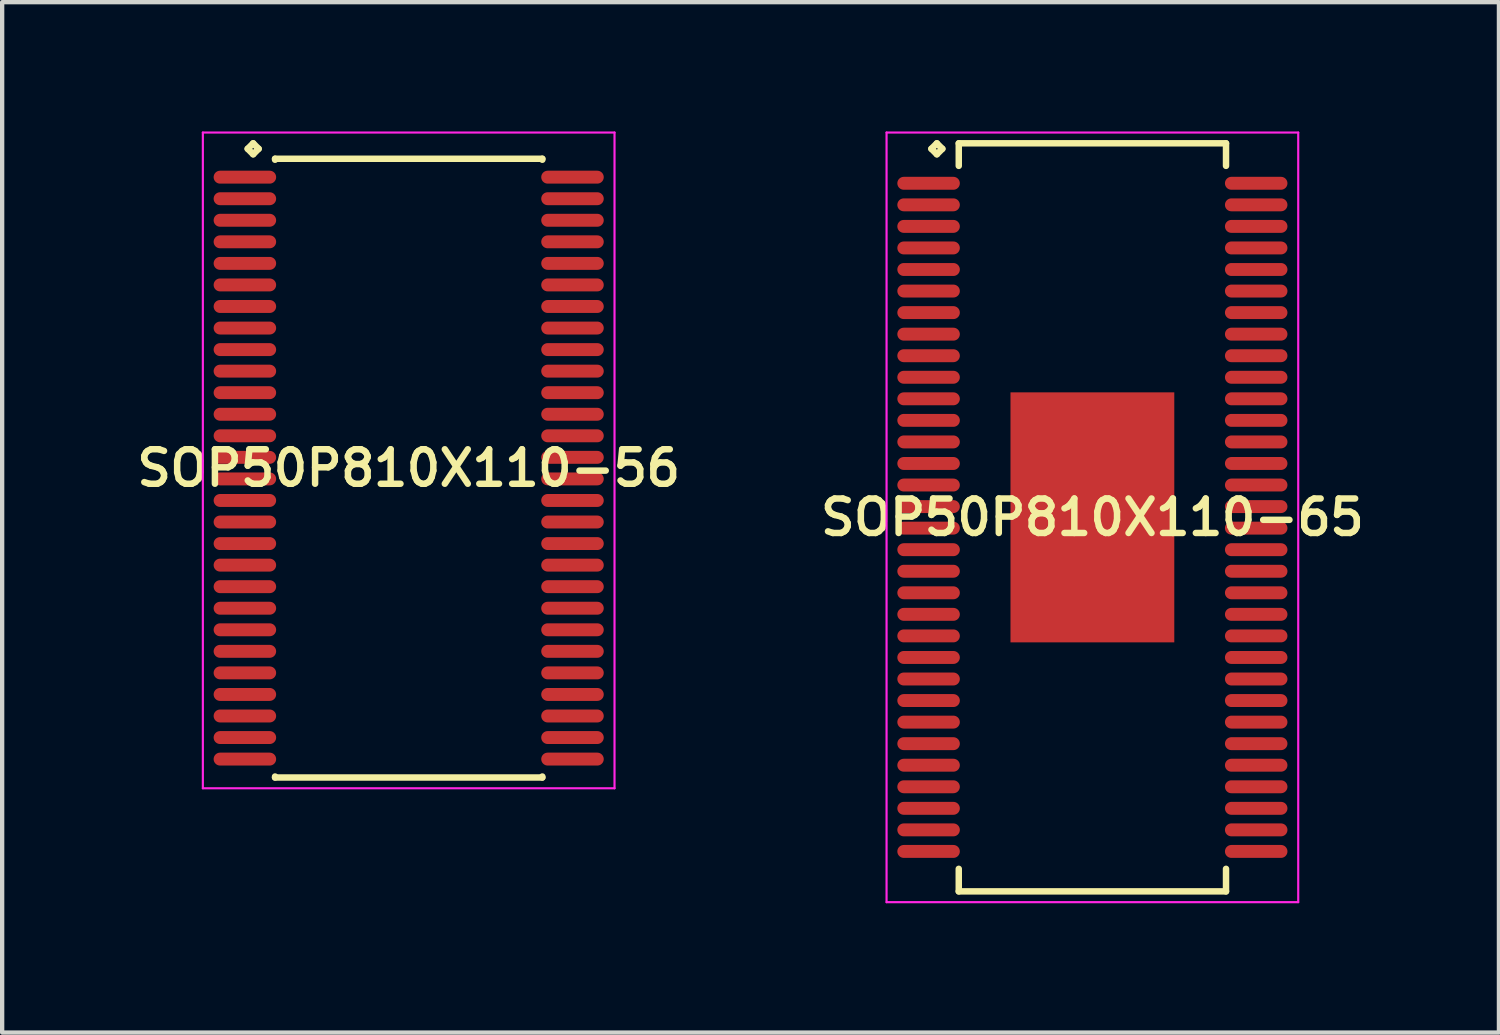
<source format=kicad_pcb>
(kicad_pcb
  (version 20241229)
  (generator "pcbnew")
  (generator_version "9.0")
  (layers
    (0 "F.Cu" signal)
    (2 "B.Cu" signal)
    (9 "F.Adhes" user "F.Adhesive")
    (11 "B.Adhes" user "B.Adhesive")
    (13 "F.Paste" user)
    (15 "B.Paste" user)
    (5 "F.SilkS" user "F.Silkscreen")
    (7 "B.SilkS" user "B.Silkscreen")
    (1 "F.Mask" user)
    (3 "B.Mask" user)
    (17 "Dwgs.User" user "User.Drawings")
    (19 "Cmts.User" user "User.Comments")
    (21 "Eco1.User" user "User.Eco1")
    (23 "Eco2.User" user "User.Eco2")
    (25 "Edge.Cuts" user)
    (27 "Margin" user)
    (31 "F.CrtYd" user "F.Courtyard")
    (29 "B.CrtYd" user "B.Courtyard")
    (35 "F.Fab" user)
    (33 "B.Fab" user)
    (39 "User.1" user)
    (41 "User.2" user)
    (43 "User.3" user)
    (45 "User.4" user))
  (footprint "SOP50P810X110-65"
    (layer "F.Cu")
    (at 22.292 8.952)
    (property "Reference" "SOP50P810X110-65" (at 0 0 0) (layer "F.SilkS") (effects (font (size 0.8 0.8) (thickness 0.15))))
    (attr smd)
    (fp_line (start -3.735 -8.55) (end -3.608 -8.677) (stroke (width 0.15) (type solid)) (layer "F.SilkS"))
    (fp_line (start -3.608 -8.677) (end -3.481 -8.55) (stroke (width 0.15) (type solid)) (layer "F.SilkS"))
    (fp_line (start -3.608 -8.423) (end -3.735 -8.55) (stroke (width 0.15) (type solid)) (layer "F.SilkS"))
    (fp_line (start -3.481 -8.55) (end -3.608 -8.423) (stroke (width 0.15) (type solid)) (layer "F.SilkS"))
    (fp_line (start -3.1 -8.677) (end 3.1 -8.677) (stroke (width 0.15) (type solid)) (layer "F.SilkS"))
    (fp_line (start -3.1 -8.154) (end -3.1 -8.677) (stroke (width 0.15) (type solid)) (layer "F.SilkS"))
    (fp_line (start -3.1 8.154) (end -3.1 8.677) (stroke (width 0.15) (type solid)) (layer "F.SilkS"))
    (fp_line (start -3.1 8.677) (end 3.1 8.677) (stroke (width 0.15) (type solid)) (layer "F.SilkS"))
    (fp_line (start 3.1 -8.677) (end 3.1 -8.154) (stroke (width 0.15) (type solid)) (layer "F.SilkS"))
    (fp_line (start 3.1 8.677) (end 3.1 8.154) (stroke (width 0.15) (type solid)) (layer "F.SilkS"))
    (fp_line (start -4.775 -8.927) (end 4.775 -8.927) (stroke (width 0.05) (type solid)) (layer "F.CrtYd"))
    (fp_line (start -4.775 8.927) (end -4.775 -8.927) (stroke (width 0.05) (type solid)) (layer "F.CrtYd"))
    (fp_line (start 4.775 -8.927) (end 4.775 8.927) (stroke (width 0.05) (type solid)) (layer "F.CrtYd"))
    (fp_line (start 4.775 8.927) (end -4.775 8.927) (stroke (width 0.05) (type solid)) (layer "F.CrtYd"))
    (pad "1" smd oval (at -3.8 -7.75) (size 1.45 0.3) (layers "F.Cu" "F.Mask" "F.Paste"))
    (pad "2" smd oval (at -3.8 -7.25) (size 1.45 0.3) (layers "F.Cu" "F.Mask" "F.Paste"))
    (pad "3" smd oval (at -3.8 -6.75) (size 1.45 0.3) (layers "F.Cu" "F.Mask" "F.Paste"))
    (pad "4" smd oval (at -3.8 -6.25) (size 1.45 0.3) (layers "F.Cu" "F.Mask" "F.Paste"))
    (pad "5" smd oval (at -3.8 -5.75) (size 1.45 0.3) (layers "F.Cu" "F.Mask" "F.Paste"))
    (pad "6" smd oval (at -3.8 -5.25) (size 1.45 0.3) (layers "F.Cu" "F.Mask" "F.Paste"))
    (pad "7" smd oval (at -3.8 -4.75) (size 1.45 0.3) (layers "F.Cu" "F.Mask" "F.Paste"))
    (pad "8" smd oval (at -3.8 -4.25) (size 1.45 0.3) (layers "F.Cu" "F.Mask" "F.Paste"))
    (pad "9" smd oval (at -3.8 -3.75) (size 1.45 0.3) (layers "F.Cu" "F.Mask" "F.Paste"))
    (pad "10" smd oval (at -3.8 -3.25) (size 1.45 0.3) (layers "F.Cu" "F.Mask" "F.Paste"))
    (pad "11" smd oval (at -3.8 -2.75) (size 1.45 0.3) (layers "F.Cu" "F.Mask" "F.Paste"))
    (pad "12" smd oval (at -3.8 -2.25) (size 1.45 0.3) (layers "F.Cu" "F.Mask" "F.Paste"))
    (pad "13" smd oval (at -3.8 -1.75) (size 1.45 0.3) (layers "F.Cu" "F.Mask" "F.Paste"))
    (pad "14" smd oval (at -3.8 -1.25) (size 1.45 0.3) (layers "F.Cu" "F.Mask" "F.Paste"))
    (pad "15" smd oval (at -3.8 -0.75) (size 1.45 0.3) (layers "F.Cu" "F.Mask" "F.Paste"))
    (pad "16" smd oval (at -3.8 -0.25) (size 1.45 0.3) (layers "F.Cu" "F.Mask" "F.Paste"))
    (pad "17" smd oval (at -3.8 0.25) (size 1.45 0.3) (layers "F.Cu" "F.Mask" "F.Paste"))
    (pad "18" smd oval (at -3.8 0.75) (size 1.45 0.3) (layers "F.Cu" "F.Mask" "F.Paste"))
    (pad "19" smd oval (at -3.8 1.25) (size 1.45 0.3) (layers "F.Cu" "F.Mask" "F.Paste"))
    (pad "20" smd oval (at -3.8 1.75) (size 1.45 0.3) (layers "F.Cu" "F.Mask" "F.Paste"))
    (pad "21" smd oval (at -3.8 2.25) (size 1.45 0.3) (layers "F.Cu" "F.Mask" "F.Paste"))
    (pad "22" smd oval (at -3.8 2.75) (size 1.45 0.3) (layers "F.Cu" "F.Mask" "F.Paste"))
    (pad "23" smd oval (at -3.8 3.25) (size 1.45 0.3) (layers "F.Cu" "F.Mask" "F.Paste"))
    (pad "24" smd oval (at -3.8 3.75) (size 1.45 0.3) (layers "F.Cu" "F.Mask" "F.Paste"))
    (pad "25" smd oval (at -3.8 4.25) (size 1.45 0.3) (layers "F.Cu" "F.Mask" "F.Paste"))
    (pad "26" smd oval (at -3.8 4.75) (size 1.45 0.3) (layers "F.Cu" "F.Mask" "F.Paste"))
    (pad "27" smd oval (at -3.8 5.25) (size 1.45 0.3) (layers "F.Cu" "F.Mask" "F.Paste"))
    (pad "28" smd oval (at -3.8 5.75) (size 1.45 0.3) (layers "F.Cu" "F.Mask" "F.Paste"))
    (pad "29" smd oval (at -3.8 6.25) (size 1.45 0.3) (layers "F.Cu" "F.Mask" "F.Paste"))
    (pad "30" smd oval (at -3.8 6.75) (size 1.45 0.3) (layers "F.Cu" "F.Mask" "F.Paste"))
    (pad "31" smd oval (at -3.8 7.25) (size 1.45 0.3) (layers "F.Cu" "F.Mask" "F.Paste"))
    (pad "32" smd oval (at -3.8 7.75) (size 1.45 0.3) (layers "F.Cu" "F.Mask" "F.Paste"))
    (pad "33" smd oval (at 3.8 7.75) (size 1.45 0.3) (layers "F.Cu" "F.Mask" "F.Paste"))
    (pad "34" smd oval (at 3.8 7.25) (size 1.45 0.3) (layers "F.Cu" "F.Mask" "F.Paste"))
    (pad "35" smd oval (at 3.8 6.75) (size 1.45 0.3) (layers "F.Cu" "F.Mask" "F.Paste"))
    (pad "36" smd oval (at 3.8 6.25) (size 1.45 0.3) (layers "F.Cu" "F.Mask" "F.Paste"))
    (pad "37" smd oval (at 3.8 5.75) (size 1.45 0.3) (layers "F.Cu" "F.Mask" "F.Paste"))
    (pad "38" smd oval (at 3.8 5.25) (size 1.45 0.3) (layers "F.Cu" "F.Mask" "F.Paste"))
    (pad "39" smd oval (at 3.8 4.75) (size 1.45 0.3) (layers "F.Cu" "F.Mask" "F.Paste"))
    (pad "40" smd oval (at 3.8 4.25) (size 1.45 0.3) (layers "F.Cu" "F.Mask" "F.Paste"))
    (pad "41" smd oval (at 3.8 3.75) (size 1.45 0.3) (layers "F.Cu" "F.Mask" "F.Paste"))
    (pad "42" smd oval (at 3.8 3.25) (size 1.45 0.3) (layers "F.Cu" "F.Mask" "F.Paste"))
    (pad "43" smd oval (at 3.8 2.75) (size 1.45 0.3) (layers "F.Cu" "F.Mask" "F.Paste"))
    (pad "44" smd oval (at 3.8 2.25) (size 1.45 0.3) (layers "F.Cu" "F.Mask" "F.Paste"))
    (pad "45" smd oval (at 3.8 1.75) (size 1.45 0.3) (layers "F.Cu" "F.Mask" "F.Paste"))
    (pad "46" smd oval (at 3.8 1.25) (size 1.45 0.3) (layers "F.Cu" "F.Mask" "F.Paste"))
    (pad "47" smd oval (at 3.8 0.75) (size 1.45 0.3) (layers "F.Cu" "F.Mask" "F.Paste"))
    (pad "48" smd oval (at 3.8 0.25) (size 1.45 0.3) (layers "F.Cu" "F.Mask" "F.Paste"))
    (pad "49" smd oval (at 3.8 -0.25) (size 1.45 0.3) (layers "F.Cu" "F.Mask" "F.Paste"))
    (pad "50" smd oval (at 3.8 -0.75) (size 1.45 0.3) (layers "F.Cu" "F.Mask" "F.Paste"))
    (pad "51" smd oval (at 3.8 -1.25) (size 1.45 0.3) (layers "F.Cu" "F.Mask" "F.Paste"))
    (pad "52" smd oval (at 3.8 -1.75) (size 1.45 0.3) (layers "F.Cu" "F.Mask" "F.Paste"))
    (pad "53" smd oval (at 3.8 -2.25) (size 1.45 0.3) (layers "F.Cu" "F.Mask" "F.Paste"))
    (pad "54" smd oval (at 3.8 -2.75) (size 1.45 0.3) (layers "F.Cu" "F.Mask" "F.Paste"))
    (pad "55" smd oval (at 3.8 -3.25) (size 1.45 0.3) (layers "F.Cu" "F.Mask" "F.Paste"))
    (pad "56" smd oval (at 3.8 -3.75) (size 1.45 0.3) (layers "F.Cu" "F.Mask" "F.Paste"))
    (pad "57" smd oval (at 3.8 -4.25) (size 1.45 0.3) (layers "F.Cu" "F.Mask" "F.Paste"))
    (pad "58" smd oval (at 3.8 -4.75) (size 1.45 0.3) (layers "F.Cu" "F.Mask" "F.Paste"))
    (pad "59" smd oval (at 3.8 -5.25) (size 1.45 0.3) (layers "F.Cu" "F.Mask" "F.Paste"))
    (pad "60" smd oval (at 3.8 -5.75) (size 1.45 0.3) (layers "F.Cu" "F.Mask" "F.Paste"))
    (pad "61" smd oval (at 3.8 -6.25) (size 1.45 0.3) (layers "F.Cu" "F.Mask" "F.Paste"))
    (pad "62" smd oval (at 3.8 -6.75) (size 1.45 0.3) (layers "F.Cu" "F.Mask" "F.Paste"))
    (pad "63" smd oval (at 3.8 -7.25) (size 1.45 0.3) (layers "F.Cu" "F.Mask" "F.Paste"))
    (pad "64" smd oval (at 3.8 -7.75) (size 1.45 0.3) (layers "F.Cu" "F.Mask" "F.Paste"))
    (pad "65" smd rect (at 0 0) (size 3.8 5.8) (layers "F.Cu" "F.Mask" "F.Paste")))
  (footprint "SOP50P810X110-56"
    (layer "F.Cu")
    (at 6.431 7.81)
    (property "Reference" "SOP50P810X110-56" (at 0 0 0) (layer "F.SilkS") (effects (font (size 0.8 0.8) (thickness 0.15))))
    (attr smd)
    (fp_line (start -3.735 -7.408) (end -3.608 -7.535) (stroke (width 0.15) (type solid)) (layer "F.SilkS"))
    (fp_line (start -3.608 -7.535) (end -3.481 -7.408) (stroke (width 0.15) (type solid)) (layer "F.SilkS"))
    (fp_line (start -3.608 -7.281) (end -3.735 -7.408) (stroke (width 0.15) (type solid)) (layer "F.SilkS"))
    (fp_line (start -3.481 -7.408) (end -3.608 -7.281) (stroke (width 0.15) (type solid)) (layer "F.SilkS"))
    (fp_line (start -3.1 -7.177) (end 3.1 -7.177) (stroke (width 0.15) (type solid)) (layer "F.SilkS"))
    (fp_line (start -3.1 -7.154) (end -3.1 -7.177) (stroke (width 0.15) (type solid)) (layer "F.SilkS"))
    (fp_line (start -3.1 7.154) (end -3.1 7.177) (stroke (width 0.15) (type solid)) (layer "F.SilkS"))
    (fp_line (start -3.1 7.177) (end 3.1 7.177) (stroke (width 0.15) (type solid)) (layer "F.SilkS"))
    (fp_line (start 3.1 -7.177) (end 3.1 -7.154) (stroke (width 0.15) (type solid)) (layer "F.SilkS"))
    (fp_line (start 3.1 7.177) (end 3.1 7.154) (stroke (width 0.15) (type solid)) (layer "F.SilkS"))
    (fp_line (start -4.775 -7.785) (end 4.775 -7.785) (stroke (width 0.05) (type solid)) (layer "F.CrtYd"))
    (fp_line (start -4.775 7.427) (end -4.775 -7.785) (stroke (width 0.05) (type solid)) (layer "F.CrtYd"))
    (fp_line (start 4.775 -7.785) (end 4.775 7.427) (stroke (width 0.05) (type solid)) (layer "F.CrtYd"))
    (fp_line (start 4.775 7.427) (end -4.775 7.427) (stroke (width 0.05) (type solid)) (layer "F.CrtYd"))
    (pad "1" smd oval (at -3.8 -6.75) (size 1.45 0.3) (layers "F.Cu" "F.Mask" "F.Paste"))
    (pad "2" smd oval (at -3.8 -6.25) (size 1.45 0.3) (layers "F.Cu" "F.Mask" "F.Paste"))
    (pad "3" smd oval (at -3.8 -5.75) (size 1.45 0.3) (layers "F.Cu" "F.Mask" "F.Paste"))
    (pad "4" smd oval (at -3.8 -5.25) (size 1.45 0.3) (layers "F.Cu" "F.Mask" "F.Paste"))
    (pad "5" smd oval (at -3.8 -4.75) (size 1.45 0.3) (layers "F.Cu" "F.Mask" "F.Paste"))
    (pad "6" smd oval (at -3.8 -4.25) (size 1.45 0.3) (layers "F.Cu" "F.Mask" "F.Paste"))
    (pad "7" smd oval (at -3.8 -3.75) (size 1.45 0.3) (layers "F.Cu" "F.Mask" "F.Paste"))
    (pad "8" smd oval (at -3.8 -3.25) (size 1.45 0.3) (layers "F.Cu" "F.Mask" "F.Paste"))
    (pad "9" smd oval (at -3.8 -2.75) (size 1.45 0.3) (layers "F.Cu" "F.Mask" "F.Paste"))
    (pad "10" smd oval (at -3.8 -2.25) (size 1.45 0.3) (layers "F.Cu" "F.Mask" "F.Paste"))
    (pad "11" smd oval (at -3.8 -1.75) (size 1.45 0.3) (layers "F.Cu" "F.Mask" "F.Paste"))
    (pad "12" smd oval (at -3.8 -1.25) (size 1.45 0.3) (layers "F.Cu" "F.Mask" "F.Paste"))
    (pad "13" smd oval (at -3.8 -0.75) (size 1.45 0.3) (layers "F.Cu" "F.Mask" "F.Paste"))
    (pad "14" smd oval (at -3.8 -0.25) (size 1.45 0.3) (layers "F.Cu" "F.Mask" "F.Paste"))
    (pad "15" smd oval (at -3.8 0.25) (size 1.45 0.3) (layers "F.Cu" "F.Mask" "F.Paste"))
    (pad "16" smd oval (at -3.8 0.75) (size 1.45 0.3) (layers "F.Cu" "F.Mask" "F.Paste"))
    (pad "17" smd oval (at -3.8 1.25) (size 1.45 0.3) (layers "F.Cu" "F.Mask" "F.Paste"))
    (pad "18" smd oval (at -3.8 1.75) (size 1.45 0.3) (layers "F.Cu" "F.Mask" "F.Paste"))
    (pad "19" smd oval (at -3.8 2.25) (size 1.45 0.3) (layers "F.Cu" "F.Mask" "F.Paste"))
    (pad "20" smd oval (at -3.8 2.75) (size 1.45 0.3) (layers "F.Cu" "F.Mask" "F.Paste"))
    (pad "21" smd oval (at -3.8 3.25) (size 1.45 0.3) (layers "F.Cu" "F.Mask" "F.Paste"))
    (pad "22" smd oval (at -3.8 3.75) (size 1.45 0.3) (layers "F.Cu" "F.Mask" "F.Paste"))
    (pad "23" smd oval (at -3.8 4.25) (size 1.45 0.3) (layers "F.Cu" "F.Mask" "F.Paste"))
    (pad "24" smd oval (at -3.8 4.75) (size 1.45 0.3) (layers "F.Cu" "F.Mask" "F.Paste"))
    (pad "25" smd oval (at -3.8 5.25) (size 1.45 0.3) (layers "F.Cu" "F.Mask" "F.Paste"))
    (pad "26" smd oval (at -3.8 5.75) (size 1.45 0.3) (layers "F.Cu" "F.Mask" "F.Paste"))
    (pad "27" smd oval (at -3.8 6.25) (size 1.45 0.3) (layers "F.Cu" "F.Mask" "F.Paste"))
    (pad "28" smd oval (at -3.8 6.75) (size 1.45 0.3) (layers "F.Cu" "F.Mask" "F.Paste"))
    (pad "29" smd oval (at 3.8 6.75) (size 1.45 0.3) (layers "F.Cu" "F.Mask" "F.Paste"))
    (pad "30" smd oval (at 3.8 6.25) (size 1.45 0.3) (layers "F.Cu" "F.Mask" "F.Paste"))
    (pad "31" smd oval (at 3.8 5.75) (size 1.45 0.3) (layers "F.Cu" "F.Mask" "F.Paste"))
    (pad "32" smd oval (at 3.8 5.25) (size 1.45 0.3) (layers "F.Cu" "F.Mask" "F.Paste"))
    (pad "33" smd oval (at 3.8 4.75) (size 1.45 0.3) (layers "F.Cu" "F.Mask" "F.Paste"))
    (pad "34" smd oval (at 3.8 4.25) (size 1.45 0.3) (layers "F.Cu" "F.Mask" "F.Paste"))
    (pad "35" smd oval (at 3.8 3.75) (size 1.45 0.3) (layers "F.Cu" "F.Mask" "F.Paste"))
    (pad "36" smd oval (at 3.8 3.25) (size 1.45 0.3) (layers "F.Cu" "F.Mask" "F.Paste"))
    (pad "37" smd oval (at 3.8 2.75) (size 1.45 0.3) (layers "F.Cu" "F.Mask" "F.Paste"))
    (pad "38" smd oval (at 3.8 2.25) (size 1.45 0.3) (layers "F.Cu" "F.Mask" "F.Paste"))
    (pad "39" smd oval (at 3.8 1.75) (size 1.45 0.3) (layers "F.Cu" "F.Mask" "F.Paste"))
    (pad "40" smd oval (at 3.8 1.25) (size 1.45 0.3) (layers "F.Cu" "F.Mask" "F.Paste"))
    (pad "41" smd oval (at 3.8 0.75) (size 1.45 0.3) (layers "F.Cu" "F.Mask" "F.Paste"))
    (pad "42" smd oval (at 3.8 0.25) (size 1.45 0.3) (layers "F.Cu" "F.Mask" "F.Paste"))
    (pad "43" smd oval (at 3.8 -0.25) (size 1.45 0.3) (layers "F.Cu" "F.Mask" "F.Paste"))
    (pad "44" smd oval (at 3.8 -0.75) (size 1.45 0.3) (layers "F.Cu" "F.Mask" "F.Paste"))
    (pad "45" smd oval (at 3.8 -1.25) (size 1.45 0.3) (layers "F.Cu" "F.Mask" "F.Paste"))
    (pad "46" smd oval (at 3.8 -1.75) (size 1.45 0.3) (layers "F.Cu" "F.Mask" "F.Paste"))
    (pad "47" smd oval (at 3.8 -2.25) (size 1.45 0.3) (layers "F.Cu" "F.Mask" "F.Paste"))
    (pad "48" smd oval (at 3.8 -2.75) (size 1.45 0.3) (layers "F.Cu" "F.Mask" "F.Paste"))
    (pad "49" smd oval (at 3.8 -3.25) (size 1.45 0.3) (layers "F.Cu" "F.Mask" "F.Paste"))
    (pad "50" smd oval (at 3.8 -3.75) (size 1.45 0.3) (layers "F.Cu" "F.Mask" "F.Paste"))
    (pad "51" smd oval (at 3.8 -4.25) (size 1.45 0.3) (layers "F.Cu" "F.Mask" "F.Paste"))
    (pad "52" smd oval (at 3.8 -4.75) (size 1.45 0.3) (layers "F.Cu" "F.Mask" "F.Paste"))
    (pad "53" smd oval (at 3.8 -5.25) (size 1.45 0.3) (layers "F.Cu" "F.Mask" "F.Paste"))
    (pad "54" smd oval (at 3.8 -5.75) (size 1.45 0.3) (layers "F.Cu" "F.Mask" "F.Paste"))
    (pad "55" smd oval (at 3.8 -6.25) (size 1.45 0.3) (layers "F.Cu" "F.Mask" "F.Paste"))
    (pad "56" smd oval (at 3.8 -6.75) (size 1.45 0.3) (layers "F.Cu" "F.Mask" "F.Paste")))
  (gr_rect
    (start -3 -3)
    (end 31.723 20.904)
    (stroke (width 0.1) (type default))
    (fill no)
    (layer "Edge.Cuts")))
</source>
